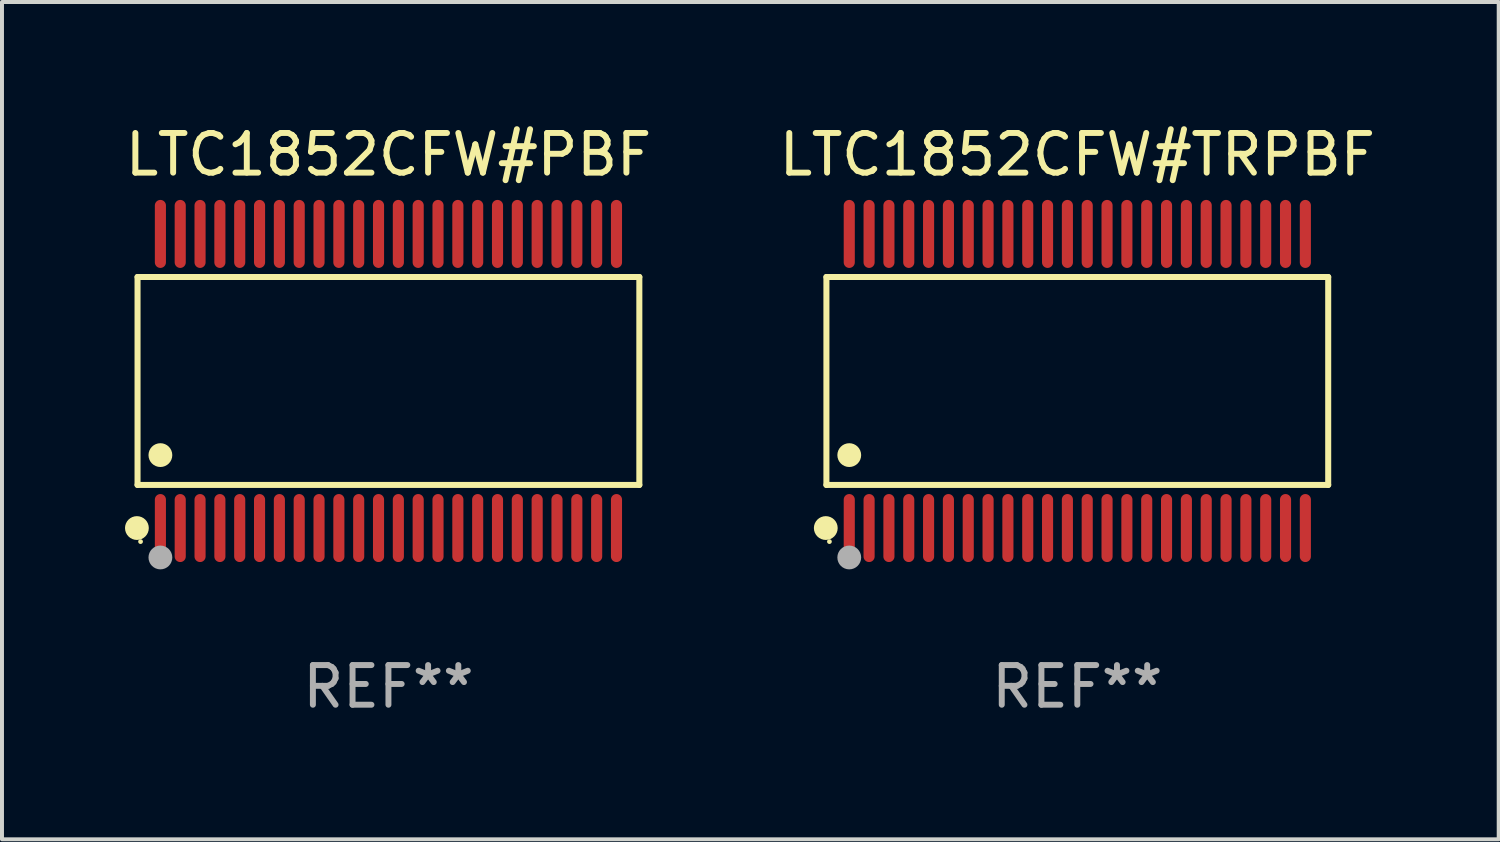
<source format=kicad_pcb>
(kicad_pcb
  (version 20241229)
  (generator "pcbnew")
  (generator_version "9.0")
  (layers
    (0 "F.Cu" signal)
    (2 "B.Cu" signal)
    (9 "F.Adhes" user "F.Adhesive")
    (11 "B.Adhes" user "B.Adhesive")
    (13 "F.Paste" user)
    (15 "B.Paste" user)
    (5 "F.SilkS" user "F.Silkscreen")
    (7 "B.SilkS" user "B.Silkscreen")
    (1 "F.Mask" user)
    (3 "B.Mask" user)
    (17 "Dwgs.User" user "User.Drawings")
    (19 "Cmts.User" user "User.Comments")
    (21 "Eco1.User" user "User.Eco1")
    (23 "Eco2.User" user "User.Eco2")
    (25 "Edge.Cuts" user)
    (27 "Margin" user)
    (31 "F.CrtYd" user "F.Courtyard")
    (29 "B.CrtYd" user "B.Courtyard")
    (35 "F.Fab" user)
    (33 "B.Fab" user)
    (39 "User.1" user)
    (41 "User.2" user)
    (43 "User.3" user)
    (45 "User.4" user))
  (footprint "LTC1852CFW#PBF"
    (layer "F.Cu")
    (at 6.744 6.556)
    (property "Reference" "LTC1852CFW#PBF" (at 0 -5.708 0) (layer "F.SilkS") (effects (font (size 1 1) (thickness 0.15))))
    (attr through_hole)
    (fp_line (start -6.326 -2.622) (end 6.326 -2.622) (stroke (width 0.152) (type solid)) (layer "F.SilkS"))
    (fp_line (start -6.326 2.621) (end -6.326 -2.622) (stroke (width 0.152) (type solid)) (layer "F.SilkS"))
    (fp_line (start 6.326 -2.622) (end 6.326 2.621) (stroke (width 0.152) (type solid)) (layer "F.SilkS"))
    (fp_line (start 6.326 2.621) (end -6.326 2.621) (stroke (width 0.152) (type solid)) (layer "F.SilkS"))
    (fp_circle (center -6.342 3.708) (end -6.192 3.708) (stroke (width 0.3) (type solid)) (fill no) (layer "F.SilkS"))
    (fp_circle (center -6.25 4.05) (end -6.22 4.05) (stroke (width 0.06) (type solid)) (fill no) (layer "F.SilkS"))
    (fp_circle (center -5.75 1.869) (end -5.6 1.869) (stroke (width 0.3) (type solid)) (fill no) (layer "F.SilkS"))
    (fp_circle (center -5.75 4.45) (end -5.6 4.45) (stroke (width 0.3) (type solid)) (fill no) (layer "F.Fab"))
    (fp_text user "REF**" (at 0 7.708 0) (layer "F.Fab") (effects (font (size 1 1) (thickness 0.15))))
    (pad "1" smd oval (at -5.75 3.708) (size 0.28 1.715) (layers "F.Cu" "F.Mask" "F.Paste"))
    (pad "2" smd oval (at -5.25 3.708) (size 0.28 1.715) (layers "F.Cu" "F.Mask" "F.Paste"))
    (pad "3" smd oval (at -4.75 3.708) (size 0.28 1.715) (layers "F.Cu" "F.Mask" "F.Paste"))
    (pad "4" smd oval (at -4.25 3.708) (size 0.28 1.715) (layers "F.Cu" "F.Mask" "F.Paste"))
    (pad "5" smd oval (at -3.75 3.708) (size 0.28 1.715) (layers "F.Cu" "F.Mask" "F.Paste"))
    (pad "6" smd oval (at -3.25 3.708) (size 0.28 1.715) (layers "F.Cu" "F.Mask" "F.Paste"))
    (pad "7" smd oval (at -2.75 3.708) (size 0.28 1.715) (layers "F.Cu" "F.Mask" "F.Paste"))
    (pad "8" smd oval (at -2.25 3.708) (size 0.28 1.715) (layers "F.Cu" "F.Mask" "F.Paste"))
    (pad "9" smd oval (at -1.75 3.708) (size 0.28 1.715) (layers "F.Cu" "F.Mask" "F.Paste"))
    (pad "10" smd oval (at -1.25 3.708) (size 0.28 1.715) (layers "F.Cu" "F.Mask" "F.Paste"))
    (pad "11" smd oval (at -0.75 3.708) (size 0.28 1.715) (layers "F.Cu" "F.Mask" "F.Paste"))
    (pad "12" smd oval (at -0.25 3.708) (size 0.28 1.715) (layers "F.Cu" "F.Mask" "F.Paste"))
    (pad "13" smd oval (at 0.25 3.708) (size 0.28 1.715) (layers "F.Cu" "F.Mask" "F.Paste"))
    (pad "14" smd oval (at 0.75 3.708) (size 0.28 1.715) (layers "F.Cu" "F.Mask" "F.Paste"))
    (pad "15" smd oval (at 1.25 3.708) (size 0.28 1.715) (layers "F.Cu" "F.Mask" "F.Paste"))
    (pad "16" smd oval (at 1.75 3.708) (size 0.28 1.715) (layers "F.Cu" "F.Mask" "F.Paste"))
    (pad "17" smd oval (at 2.25 3.708) (size 0.28 1.715) (layers "F.Cu" "F.Mask" "F.Paste"))
    (pad "18" smd oval (at 2.75 3.708) (size 0.28 1.715) (layers "F.Cu" "F.Mask" "F.Paste"))
    (pad "19" smd oval (at 3.25 3.708) (size 0.28 1.715) (layers "F.Cu" "F.Mask" "F.Paste"))
    (pad "20" smd oval (at 3.75 3.708) (size 0.28 1.715) (layers "F.Cu" "F.Mask" "F.Paste"))
    (pad "21" smd oval (at 4.25 3.708) (size 0.28 1.715) (layers "F.Cu" "F.Mask" "F.Paste"))
    (pad "22" smd oval (at 4.75 3.708) (size 0.28 1.715) (layers "F.Cu" "F.Mask" "F.Paste"))
    (pad "23" smd oval (at 5.25 3.708) (size 0.28 1.715) (layers "F.Cu" "F.Mask" "F.Paste"))
    (pad "24" smd oval (at 5.75 3.708) (size 0.28 1.715) (layers "F.Cu" "F.Mask" "F.Paste"))
    (pad "25" smd oval (at 5.75 -3.708) (size 0.28 1.715) (layers "F.Cu" "F.Mask" "F.Paste"))
    (pad "26" smd oval (at 5.25 -3.708) (size 0.28 1.715) (layers "F.Cu" "F.Mask" "F.Paste"))
    (pad "27" smd oval (at 4.75 -3.708) (size 0.28 1.715) (layers "F.Cu" "F.Mask" "F.Paste"))
    (pad "28" smd oval (at 4.25 -3.708) (size 0.28 1.715) (layers "F.Cu" "F.Mask" "F.Paste"))
    (pad "29" smd oval (at 3.75 -3.708) (size 0.28 1.715) (layers "F.Cu" "F.Mask" "F.Paste"))
    (pad "30" smd oval (at 3.25 -3.708) (size 0.28 1.715) (layers "F.Cu" "F.Mask" "F.Paste"))
    (pad "31" smd oval (at 2.75 -3.708) (size 0.28 1.715) (layers "F.Cu" "F.Mask" "F.Paste"))
    (pad "32" smd oval (at 2.25 -3.708) (size 0.28 1.715) (layers "F.Cu" "F.Mask" "F.Paste"))
    (pad "33" smd oval (at 1.75 -3.708) (size 0.28 1.715) (layers "F.Cu" "F.Mask" "F.Paste"))
    (pad "34" smd oval (at 1.25 -3.708) (size 0.28 1.715) (layers "F.Cu" "F.Mask" "F.Paste"))
    (pad "35" smd oval (at 0.75 -3.708) (size 0.28 1.715) (layers "F.Cu" "F.Mask" "F.Paste"))
    (pad "36" smd oval (at 0.25 -3.708) (size 0.28 1.715) (layers "F.Cu" "F.Mask" "F.Paste"))
    (pad "37" smd oval (at -0.25 -3.708) (size 0.28 1.715) (layers "F.Cu" "F.Mask" "F.Paste"))
    (pad "38" smd oval (at -0.75 -3.708) (size 0.28 1.715) (layers "F.Cu" "F.Mask" "F.Paste"))
    (pad "39" smd oval (at -1.25 -3.708) (size 0.28 1.715) (layers "F.Cu" "F.Mask" "F.Paste"))
    (pad "40" smd oval (at -1.75 -3.708) (size 0.28 1.715) (layers "F.Cu" "F.Mask" "F.Paste"))
    (pad "41" smd oval (at -2.25 -3.708) (size 0.28 1.715) (layers "F.Cu" "F.Mask" "F.Paste"))
    (pad "42" smd oval (at -2.75 -3.708) (size 0.28 1.715) (layers "F.Cu" "F.Mask" "F.Paste"))
    (pad "43" smd oval (at -3.25 -3.708) (size 0.28 1.715) (layers "F.Cu" "F.Mask" "F.Paste"))
    (pad "44" smd oval (at -3.75 -3.708) (size 0.28 1.715) (layers "F.Cu" "F.Mask" "F.Paste"))
    (pad "45" smd oval (at -4.25 -3.708) (size 0.28 1.715) (layers "F.Cu" "F.Mask" "F.Paste"))
    (pad "46" smd oval (at -4.75 -3.708) (size 0.28 1.715) (layers "F.Cu" "F.Mask" "F.Paste"))
    (pad "47" smd oval (at -5.25 -3.708) (size 0.28 1.715) (layers "F.Cu" "F.Mask" "F.Paste"))
    (pad "48" smd oval (at -5.75 -3.708) (size 0.28 1.715) (layers "F.Cu" "F.Mask" "F.Paste")))
  (footprint "LTC1852CFW#TRPBF"
    (layer "F.Cu")
    (at 24.113 6.556)
    (property "Reference" "LTC1852CFW#TRPBF" (at 0 -5.708 0) (layer "F.SilkS") (effects (font (size 1 1) (thickness 0.15))))
    (attr through_hole)
    (fp_line (start -6.326 -2.622) (end 6.326 -2.622) (stroke (width 0.152) (type solid)) (layer "F.SilkS"))
    (fp_line (start -6.326 2.621) (end -6.326 -2.622) (stroke (width 0.152) (type solid)) (layer "F.SilkS"))
    (fp_line (start 6.326 -2.622) (end 6.326 2.621) (stroke (width 0.152) (type solid)) (layer "F.SilkS"))
    (fp_line (start 6.326 2.621) (end -6.326 2.621) (stroke (width 0.152) (type solid)) (layer "F.SilkS"))
    (fp_circle (center -6.342 3.708) (end -6.192 3.708) (stroke (width 0.3) (type solid)) (fill no) (layer "F.SilkS"))
    (fp_circle (center -6.25 4.05) (end -6.22 4.05) (stroke (width 0.06) (type solid)) (fill no) (layer "F.SilkS"))
    (fp_circle (center -5.75 1.869) (end -5.6 1.869) (stroke (width 0.3) (type solid)) (fill no) (layer "F.SilkS"))
    (fp_circle (center -5.75 4.45) (end -5.6 4.45) (stroke (width 0.3) (type solid)) (fill no) (layer "F.Fab"))
    (fp_text user "REF**" (at 0 7.708 0) (layer "F.Fab") (effects (font (size 1 1) (thickness 0.15))))
    (pad "1" smd oval (at -5.75 3.708) (size 0.28 1.715) (layers "F.Cu" "F.Mask" "F.Paste"))
    (pad "2" smd oval (at -5.25 3.708) (size 0.28 1.715) (layers "F.Cu" "F.Mask" "F.Paste"))
    (pad "3" smd oval (at -4.75 3.708) (size 0.28 1.715) (layers "F.Cu" "F.Mask" "F.Paste"))
    (pad "4" smd oval (at -4.25 3.708) (size 0.28 1.715) (layers "F.Cu" "F.Mask" "F.Paste"))
    (pad "5" smd oval (at -3.75 3.708) (size 0.28 1.715) (layers "F.Cu" "F.Mask" "F.Paste"))
    (pad "6" smd oval (at -3.25 3.708) (size 0.28 1.715) (layers "F.Cu" "F.Mask" "F.Paste"))
    (pad "7" smd oval (at -2.75 3.708) (size 0.28 1.715) (layers "F.Cu" "F.Mask" "F.Paste"))
    (pad "8" smd oval (at -2.25 3.708) (size 0.28 1.715) (layers "F.Cu" "F.Mask" "F.Paste"))
    (pad "9" smd oval (at -1.75 3.708) (size 0.28 1.715) (layers "F.Cu" "F.Mask" "F.Paste"))
    (pad "10" smd oval (at -1.25 3.708) (size 0.28 1.715) (layers "F.Cu" "F.Mask" "F.Paste"))
    (pad "11" smd oval (at -0.75 3.708) (size 0.28 1.715) (layers "F.Cu" "F.Mask" "F.Paste"))
    (pad "12" smd oval (at -0.25 3.708) (size 0.28 1.715) (layers "F.Cu" "F.Mask" "F.Paste"))
    (pad "13" smd oval (at 0.25 3.708) (size 0.28 1.715) (layers "F.Cu" "F.Mask" "F.Paste"))
    (pad "14" smd oval (at 0.75 3.708) (size 0.28 1.715) (layers "F.Cu" "F.Mask" "F.Paste"))
    (pad "15" smd oval (at 1.25 3.708) (size 0.28 1.715) (layers "F.Cu" "F.Mask" "F.Paste"))
    (pad "16" smd oval (at 1.75 3.708) (size 0.28 1.715) (layers "F.Cu" "F.Mask" "F.Paste"))
    (pad "17" smd oval (at 2.25 3.708) (size 0.28 1.715) (layers "F.Cu" "F.Mask" "F.Paste"))
    (pad "18" smd oval (at 2.75 3.708) (size 0.28 1.715) (layers "F.Cu" "F.Mask" "F.Paste"))
    (pad "19" smd oval (at 3.25 3.708) (size 0.28 1.715) (layers "F.Cu" "F.Mask" "F.Paste"))
    (pad "20" smd oval (at 3.75 3.708) (size 0.28 1.715) (layers "F.Cu" "F.Mask" "F.Paste"))
    (pad "21" smd oval (at 4.25 3.708) (size 0.28 1.715) (layers "F.Cu" "F.Mask" "F.Paste"))
    (pad "22" smd oval (at 4.75 3.708) (size 0.28 1.715) (layers "F.Cu" "F.Mask" "F.Paste"))
    (pad "23" smd oval (at 5.25 3.708) (size 0.28 1.715) (layers "F.Cu" "F.Mask" "F.Paste"))
    (pad "24" smd oval (at 5.75 3.708) (size 0.28 1.715) (layers "F.Cu" "F.Mask" "F.Paste"))
    (pad "25" smd oval (at 5.75 -3.708) (size 0.28 1.715) (layers "F.Cu" "F.Mask" "F.Paste"))
    (pad "26" smd oval (at 5.25 -3.708) (size 0.28 1.715) (layers "F.Cu" "F.Mask" "F.Paste"))
    (pad "27" smd oval (at 4.75 -3.708) (size 0.28 1.715) (layers "F.Cu" "F.Mask" "F.Paste"))
    (pad "28" smd oval (at 4.25 -3.708) (size 0.28 1.715) (layers "F.Cu" "F.Mask" "F.Paste"))
    (pad "29" smd oval (at 3.75 -3.708) (size 0.28 1.715) (layers "F.Cu" "F.Mask" "F.Paste"))
    (pad "30" smd oval (at 3.25 -3.708) (size 0.28 1.715) (layers "F.Cu" "F.Mask" "F.Paste"))
    (pad "31" smd oval (at 2.75 -3.708) (size 0.28 1.715) (layers "F.Cu" "F.Mask" "F.Paste"))
    (pad "32" smd oval (at 2.25 -3.708) (size 0.28 1.715) (layers "F.Cu" "F.Mask" "F.Paste"))
    (pad "33" smd oval (at 1.75 -3.708) (size 0.28 1.715) (layers "F.Cu" "F.Mask" "F.Paste"))
    (pad "34" smd oval (at 1.25 -3.708) (size 0.28 1.715) (layers "F.Cu" "F.Mask" "F.Paste"))
    (pad "35" smd oval (at 0.75 -3.708) (size 0.28 1.715) (layers "F.Cu" "F.Mask" "F.Paste"))
    (pad "36" smd oval (at 0.25 -3.708) (size 0.28 1.715) (layers "F.Cu" "F.Mask" "F.Paste"))
    (pad "37" smd oval (at -0.25 -3.708) (size 0.28 1.715) (layers "F.Cu" "F.Mask" "F.Paste"))
    (pad "38" smd oval (at -0.75 -3.708) (size 0.28 1.715) (layers "F.Cu" "F.Mask" "F.Paste"))
    (pad "39" smd oval (at -1.25 -3.708) (size 0.28 1.715) (layers "F.Cu" "F.Mask" "F.Paste"))
    (pad "40" smd oval (at -1.75 -3.708) (size 0.28 1.715) (layers "F.Cu" "F.Mask" "F.Paste"))
    (pad "41" smd oval (at -2.25 -3.708) (size 0.28 1.715) (layers "F.Cu" "F.Mask" "F.Paste"))
    (pad "42" smd oval (at -2.75 -3.708) (size 0.28 1.715) (layers "F.Cu" "F.Mask" "F.Paste"))
    (pad "43" smd oval (at -3.25 -3.708) (size 0.28 1.715) (layers "F.Cu" "F.Mask" "F.Paste"))
    (pad "44" smd oval (at -3.75 -3.708) (size 0.28 1.715) (layers "F.Cu" "F.Mask" "F.Paste"))
    (pad "45" smd oval (at -4.25 -3.708) (size 0.28 1.715) (layers "F.Cu" "F.Mask" "F.Paste"))
    (pad "46" smd oval (at -4.75 -3.708) (size 0.28 1.715) (layers "F.Cu" "F.Mask" "F.Paste"))
    (pad "47" smd oval (at -5.25 -3.708) (size 0.28 1.715) (layers "F.Cu" "F.Mask" "F.Paste"))
    (pad "48" smd oval (at -5.75 -3.708) (size 0.28 1.715) (layers "F.Cu" "F.Mask" "F.Paste")))
  (gr_rect
    (start -3 -3)
    (end 34.738 18.112)
    (stroke (width 0.1) (type default))
    (fill no)
    (layer "Edge.Cuts")))
</source>
